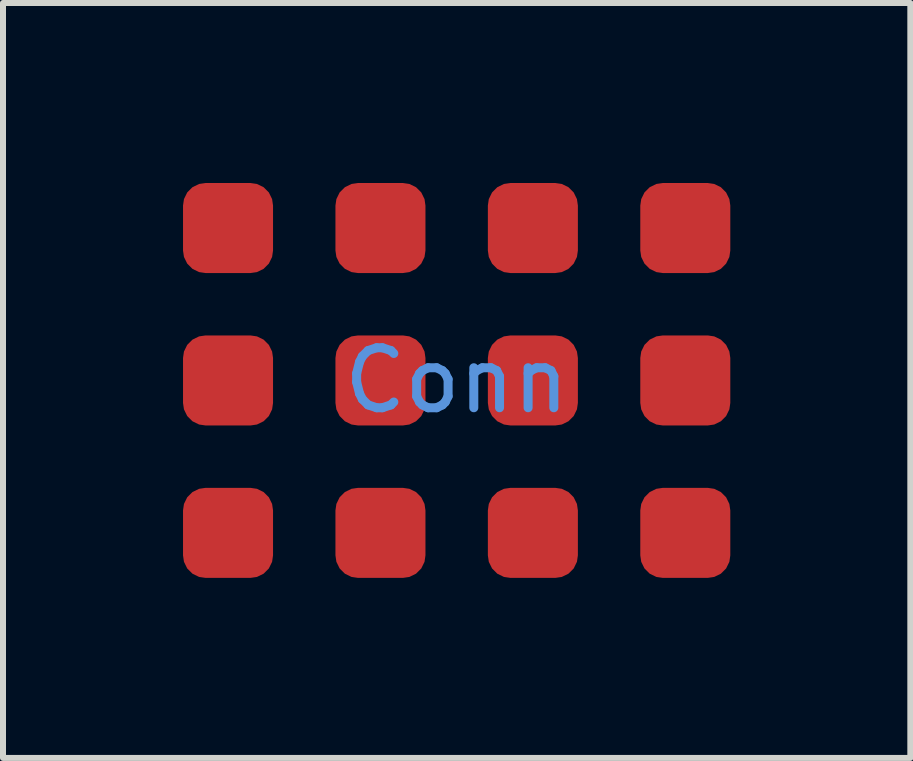
<source format=kicad_pcb>
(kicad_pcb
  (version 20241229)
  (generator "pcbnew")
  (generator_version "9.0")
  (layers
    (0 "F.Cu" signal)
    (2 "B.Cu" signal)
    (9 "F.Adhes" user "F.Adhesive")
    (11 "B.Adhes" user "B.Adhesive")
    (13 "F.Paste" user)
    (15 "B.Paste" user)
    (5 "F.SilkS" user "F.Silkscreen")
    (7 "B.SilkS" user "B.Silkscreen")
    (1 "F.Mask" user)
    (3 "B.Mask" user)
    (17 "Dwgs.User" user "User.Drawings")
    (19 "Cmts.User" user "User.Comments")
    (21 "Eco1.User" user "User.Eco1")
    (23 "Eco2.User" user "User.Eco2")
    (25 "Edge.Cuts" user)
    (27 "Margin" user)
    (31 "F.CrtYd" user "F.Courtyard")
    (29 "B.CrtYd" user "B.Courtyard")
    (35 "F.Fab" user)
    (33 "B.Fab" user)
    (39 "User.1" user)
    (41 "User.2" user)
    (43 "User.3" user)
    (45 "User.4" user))
  (footprint "Conn"
    (layer "F.Cu")
    (at 4.56 3.29)
    (property "Reference" "Conn" (at 0 0 0) (unlocked yes) (layer "Cmts.User") (effects (font (size 1 1) (thickness 0.15))))
    (pad "1" connect roundrect (at -3.81 -2.54 270) (size 1.5 1.5) (layers "F.Cu" "F.Mask") (roundrect_rratio 0.25))
    (pad "2" connect roundrect (at -1.27 -2.54 270) (size 1.5 1.5) (layers "F.Cu" "F.Mask") (roundrect_rratio 0.25))
    (pad "3" connect roundrect (at 1.27 -2.54 270) (size 1.5 1.5) (layers "F.Cu" "F.Mask") (roundrect_rratio 0.25))
    (pad "4" connect roundrect (at 3.81 -2.54 270) (size 1.5 1.5) (layers "F.Cu" "F.Mask") (roundrect_rratio 0.25))
    (pad "5" connect roundrect (at -3.81 0 270) (size 1.5 1.5) (layers "F.Cu" "F.Mask") (roundrect_rratio 0.25))
    (pad "6" connect roundrect (at -1.27 0 270) (size 1.5 1.5) (layers "F.Cu" "F.Mask") (roundrect_rratio 0.25))
    (pad "7" connect roundrect (at 1.27 0 270) (size 1.5 1.5) (layers "F.Cu" "F.Mask") (roundrect_rratio 0.25))
    (pad "8" connect roundrect (at 3.81 0 270) (size 1.5 1.5) (layers "F.Cu" "F.Mask") (roundrect_rratio 0.25))
    (pad "9" connect roundrect (at -3.81 2.54 270) (size 1.5 1.5) (layers "F.Cu" "F.Mask") (roundrect_rratio 0.25))
    (pad "10" connect roundrect (at -1.27 2.54 270) (size 1.5 1.5) (layers "F.Cu" "F.Mask") (roundrect_rratio 0.25))
    (pad "11" connect roundrect (at 1.27 2.54 270) (size 1.5 1.5) (layers "F.Cu" "F.Mask") (roundrect_rratio 0.25))
    (pad "12" connect roundrect (at 3.81 2.54 270) (size 1.5 1.5) (layers "F.Cu" "F.Mask") (roundrect_rratio 0.25)))
  (gr_rect
    (start -3 -3)
    (end 12.12 9.58)
    (stroke (width 0.1) (type default))
    (fill no)
    (layer "Edge.Cuts")))
</source>
